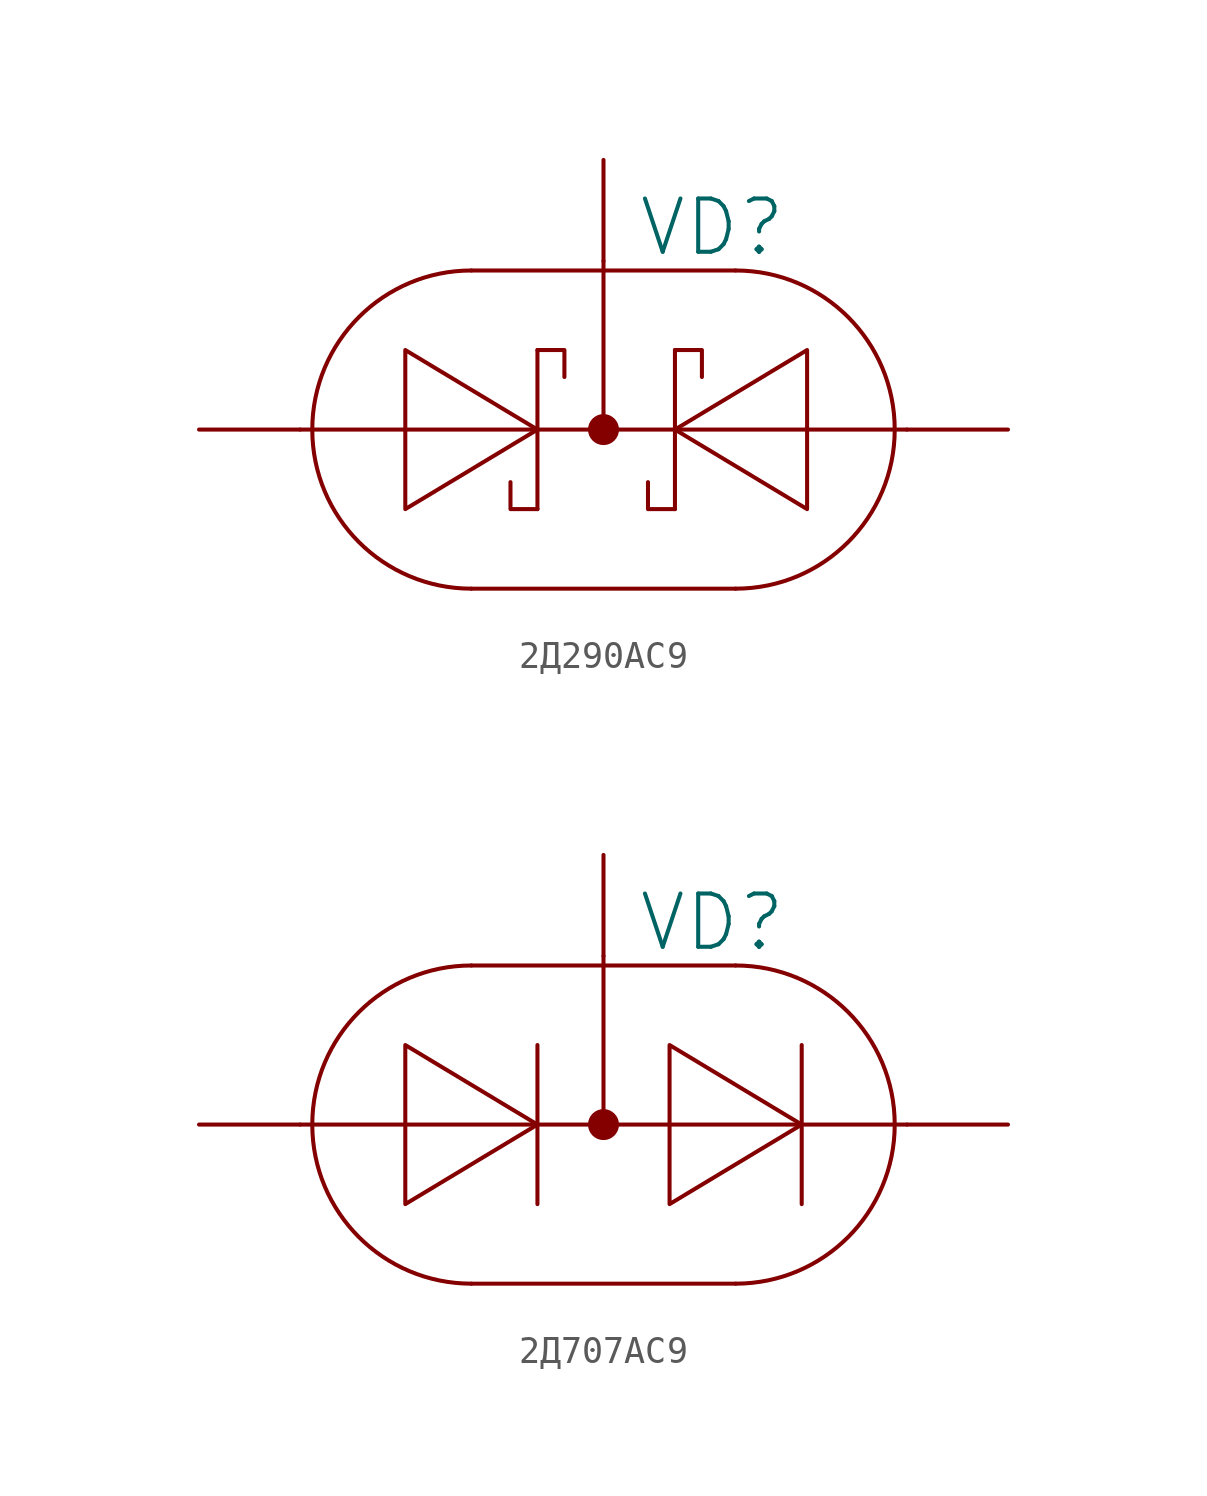
<source format=kicad_sym>
(kicad_symbol_lib
  (version 20231120)
  (generator "kicad_symbol_editor")
  (generator_version "8.0")
  (symbol "2Д290АС9"
    (pin_numbers hide)
    (pin_names
      (offset 0) hide)
    (property "Reference" "VD"
      (at 1.27 7.62 0)
      (effects (font (size 2.007 2.007)) (justify left)))
    (symbol "2Д290АС9_0_1"
      (arc (start -4.9784 5.9944) (mid -10.9728 0) (end -4.9784 -5.9944) (stroke (width 0) (type solid)) (fill (type none)))
      (polyline (pts (xy -11.43 0) (xy 11.43 0)) (stroke (width 0) (type solid)) (fill (type none)))
      (polyline (pts (xy -4.978 -5.994) (xy 4.978 -5.994)) (stroke (width 0) (type solid)) (fill (type none)))
      (polyline (pts (xy -4.978 5.994) (xy 4.978 5.994)) (stroke (width 0) (type solid)) (fill (type none)))
      (polyline (pts (xy -2.489 2.997) (xy -2.489 -2.997)) (stroke (width 0) (type solid)) (fill (type none)))
      (polyline (pts (xy 0 6.35) (xy 0 0)) (stroke (width 0) (type solid)) (fill (type none)))
      (polyline (pts (xy 2.692 2.997) (xy 2.692 -2.997)) (stroke (width 0) (type solid)) (fill (type none)))
      (polyline (pts (xy -2.489 0) (xy -7.468 2.997) (xy -7.468 -2.997) (xy -2.489 0)) (stroke (width 0) (type solid)) (fill (type none)))
      (polyline (pts (xy 2.692 0) (xy 7.671 2.997) (xy 7.671 -2.997) (xy 2.692 0)) (stroke (width 0) (type solid)) (fill (type none)))
      (circle (center 0 0) (radius 0.508) (stroke (width 0) (type solid)) (fill (type outline)))
      (arc (start 4.9784 -5.9944) (mid 10.9728 0) (end 4.9784 5.9944) (stroke (width 0) (type solid)) (fill (type none))))
    (symbol "2Д290АС9_1_1"
      (polyline (pts (xy -2.489 -2.997) (xy -3.505 -2.997) (xy -3.505 -1.981)) (stroke (width 0) (type solid)) (fill (type none)))
      (polyline (pts (xy -2.489 2.997) (xy -1.473 2.997) (xy -1.473 1.981)) (stroke (width 0) (type solid)) (fill (type none)))
      (polyline (pts (xy 2.692 -2.997) (xy 1.676 -2.997) (xy 1.676 -1.981)) (stroke (width 0) (type solid)) (fill (type none)))
      (polyline (pts (xy 2.692 2.997) (xy 3.708 2.997) (xy 3.708 1.981)) (stroke (width 0) (type solid)) (fill (type none)))
      (pin passive line (at -15.24 0 0) (length 3.81) (name "A" (effects (font (size 2.007 2.007)))) (number "1" (effects (font (size 2.007 2.007)))))
      (pin passive line (at 0 10.16 270) (length 3.81) (name "K" (effects (font (size 2.007 2.007)))) (number "2" (effects (font (size 2.007 2.007)))))
      (pin passive line (at 15.24 0 180) (length 3.81) (name "A" (effects (font (size 2.007 2.007)))) (number "3" (effects (font (size 2.007 2.007)))))))
  (symbol "2Д707АС9"
    (pin_numbers hide)
    (pin_names
      (offset 0) hide)
    (property "Reference" "VD"
      (at 1.27 7.62 0)
      (effects (font (size 2.007 2.007)) (justify left)))
    (symbol "2Д707АС9_0_1"
      (arc (start -4.9784 5.9944) (mid -10.9728 0) (end -4.9784 -5.9944) (stroke (width 0) (type solid)) (fill (type none)))
      (polyline (pts (xy -11.43 0) (xy 11.43 0)) (stroke (width 0) (type solid)) (fill (type none)))
      (polyline (pts (xy -4.978 -5.994) (xy 4.978 -5.994)) (stroke (width 0) (type solid)) (fill (type none)))
      (polyline (pts (xy -4.978 5.994) (xy 4.978 5.994)) (stroke (width 0) (type solid)) (fill (type none)))
      (polyline (pts (xy -2.489 2.997) (xy -2.489 -2.997)) (stroke (width 0) (type solid)) (fill (type none)))
      (polyline (pts (xy 0 6.35) (xy 0 0)) (stroke (width 0) (type solid)) (fill (type none)))
      (polyline (pts (xy 7.468 2.997) (xy 7.468 -2.997)) (stroke (width 0) (type solid)) (fill (type none)))
      (polyline (pts (xy -2.489 0) (xy -7.468 2.997) (xy -7.468 -2.997) (xy -2.489 0)) (stroke (width 0) (type solid)) (fill (type none)))
      (polyline (pts (xy 7.468 0) (xy 2.489 2.997) (xy 2.489 -2.997) (xy 7.468 0)) (stroke (width 0) (type solid)) (fill (type none)))
      (circle (center 0 0) (radius 0.508) (stroke (width 0) (type solid)) (fill (type outline)))
      (arc (start 4.9784 -5.9944) (mid 10.9728 0) (end 4.9784 5.9944) (stroke (width 0) (type solid)) (fill (type none))))
    (symbol "2Д707АС9_1_1"
      (pin passive line (at -15.24 0 0) (length 3.81) (name "A" (effects (font (size 2.007 2.007)))) (number "1" (effects (font (size 2.007 2.007)))))
      (pin passive line (at 15.24 0 180) (length 3.81) (name "K" (effects (font (size 2.007 2.007)))) (number "2" (effects (font (size 2.007 2.007)))))
      (pin passive line (at 0 10.16 270) (length 3.81) (name "common" (effects (font (size 2.007 2.007)))) (number "3" (effects (font (size 2.007 2.007))))))))
</source>
